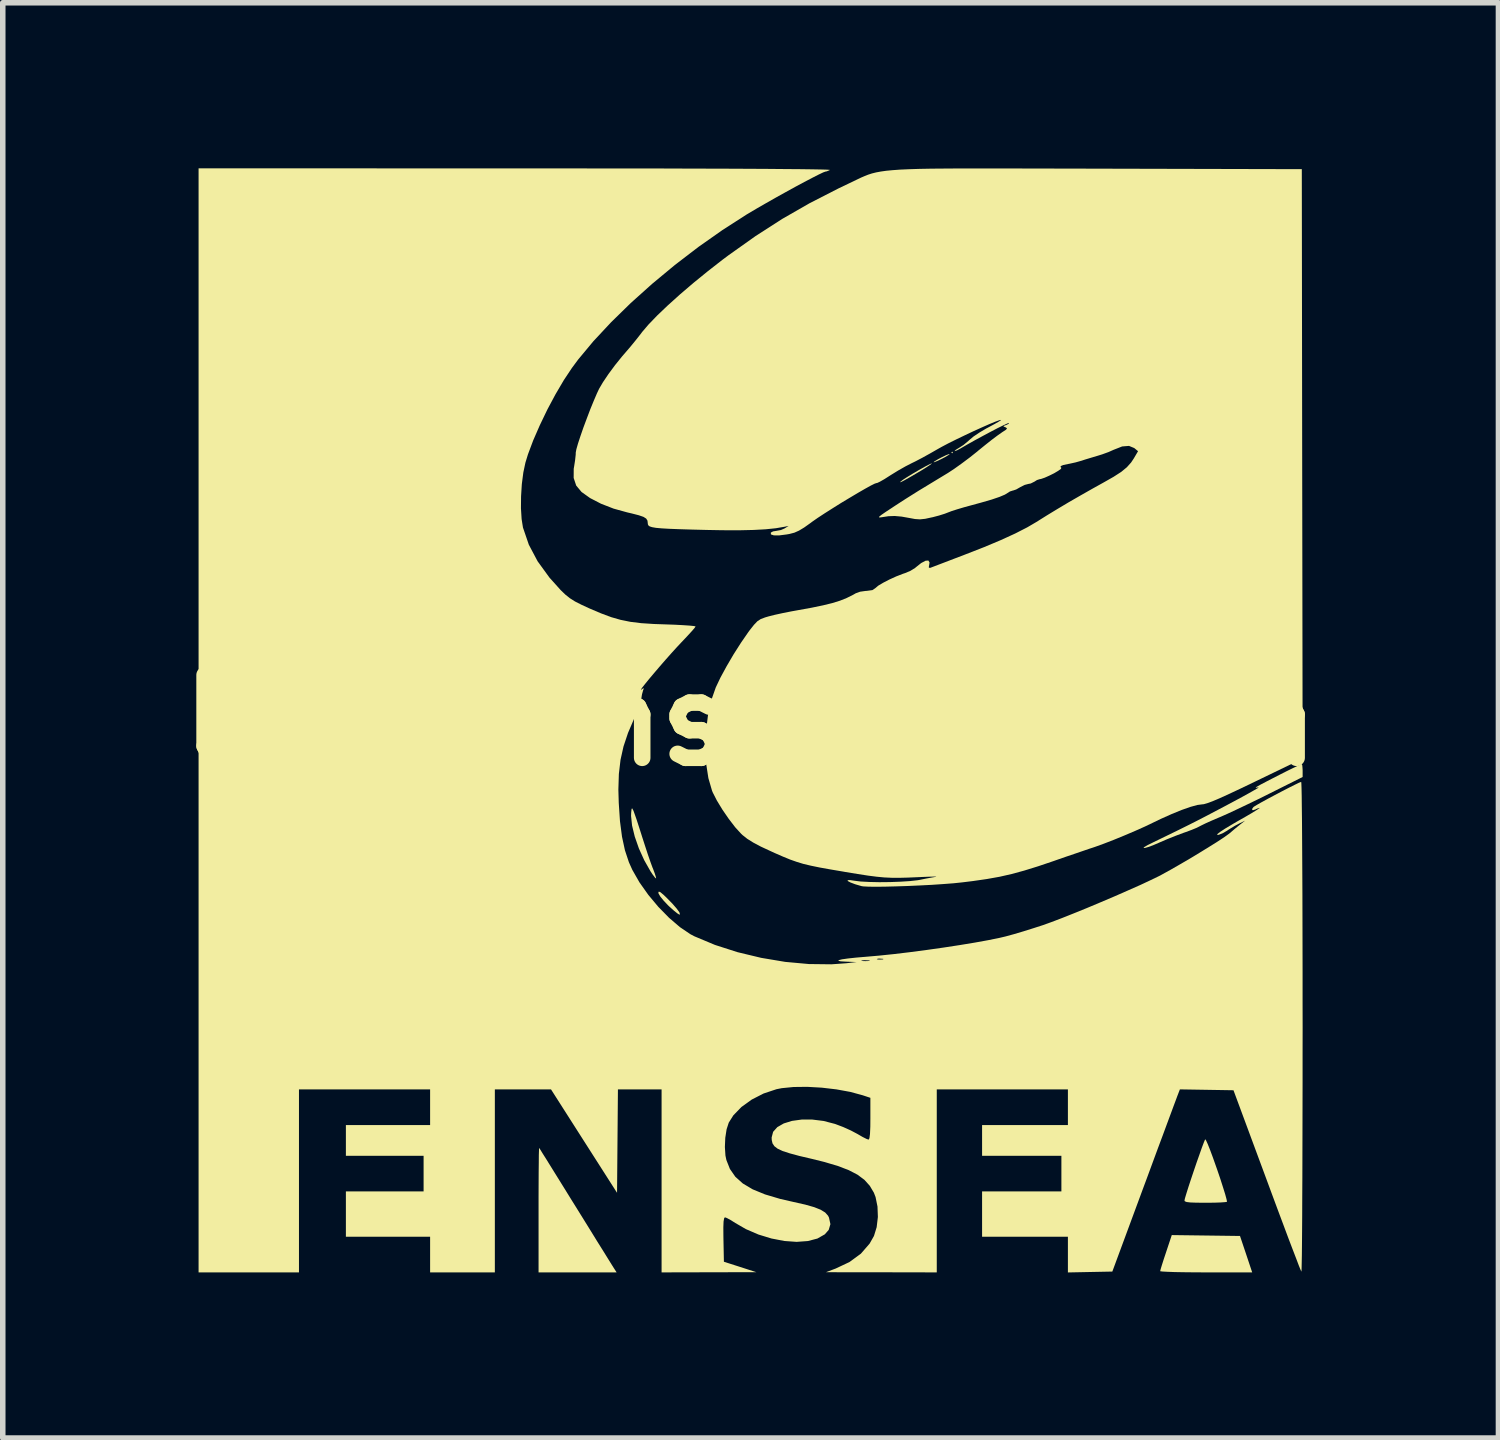
<source format=kicad_pcb>
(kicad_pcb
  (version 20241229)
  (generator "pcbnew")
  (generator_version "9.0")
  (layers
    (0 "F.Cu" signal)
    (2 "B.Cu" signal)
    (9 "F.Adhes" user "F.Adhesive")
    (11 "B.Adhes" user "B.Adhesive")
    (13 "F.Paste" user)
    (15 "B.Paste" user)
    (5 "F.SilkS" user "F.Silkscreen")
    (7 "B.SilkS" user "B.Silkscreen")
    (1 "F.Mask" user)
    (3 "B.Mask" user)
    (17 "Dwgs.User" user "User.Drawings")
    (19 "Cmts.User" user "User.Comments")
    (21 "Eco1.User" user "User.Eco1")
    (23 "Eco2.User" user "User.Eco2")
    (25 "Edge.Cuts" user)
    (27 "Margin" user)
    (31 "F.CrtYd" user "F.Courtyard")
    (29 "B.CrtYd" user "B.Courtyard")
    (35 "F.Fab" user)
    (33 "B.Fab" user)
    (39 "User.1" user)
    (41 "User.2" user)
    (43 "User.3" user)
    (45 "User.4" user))
  (footprint "logo_ensea_20mm"
    (layer "F.Cu")
    (at 10.55 10.002)
    (property "Reference" "logo_ensea_20mm" (at 0 0 0) (layer "F.SilkS") (effects (font (size 1.5 1.5) (thickness 0.3))))
    (attr board_only exclude_from_pos_files exclude_from_bom)
    (fp_poly (pts (xy 3.666 -4.854) (xy 3.652 -4.839) (xy 3.637 -4.854) (xy 3.652 -4.869)) (stroke (width 0) (type solid)) (fill yes) (layer "F.SilkS"))
    (fp_poly (pts (xy 3.584 -4.806) (xy 3.522 -4.769) (xy 3.461 -4.737) (xy 3.382 -4.699) (xy 3.328 -4.678) (xy 3.314 -4.677) (xy 3.338 -4.697) (xy 3.4 -4.734) (xy 3.461 -4.766) (xy 3.54 -4.804) (xy 3.594 -4.825) (xy 3.608 -4.826)) (stroke (width 0) (type solid)) (fill yes) (layer "F.SilkS"))
    (fp_poly (pts (xy -1.632 3.115) (xy -1.572 3.166) (xy -1.523 3.213) (xy -1.418 3.32) (xy -1.339 3.411) (xy -1.291 3.477) (xy -1.28 3.514) (xy -1.29 3.52) (xy -1.324 3.5) (xy -1.388 3.449) (xy -1.47 3.376) (xy -1.497 3.35) (xy -1.578 3.264) (xy -1.639 3.188) (xy -1.67 3.133) (xy -1.672 3.123) (xy -1.663 3.102)) (stroke (width 0) (type solid)) (fill yes) (layer "F.SilkS"))
    (fp_poly (pts (xy 8.249 9.334) (xy 8.867 9.342) (xy 8.978 9.672) (xy 9.088 10.002) (xy 8.254 10.002) (xy 8.04 10.001) (xy 7.846 9.999) (xy 7.68 9.996) (xy 7.549 9.991) (xy 7.46 9.986) (xy 7.422 9.981) (xy 7.421 9.98) (xy 7.429 9.945) (xy 7.453 9.866) (xy 7.488 9.756) (xy 7.526 9.642) (xy 7.631 9.326)) (stroke (width 0) (type solid)) (fill yes) (layer "F.SilkS"))
    (fp_poly (pts (xy 3.261 -4.635) (xy 3.199 -4.594) (xy 3.111 -4.538) (xy 3.008 -4.477) (xy 2.904 -4.416) (xy 2.811 -4.363) (xy 2.742 -4.326) (xy 2.708 -4.312) (xy 2.708 -4.312) (xy 2.717 -4.326) (xy 2.764 -4.362) (xy 2.818 -4.397) (xy 2.932 -4.467) (xy 3.045 -4.533) (xy 3.148 -4.591) (xy 3.228 -4.633) (xy 3.276 -4.655) (xy 3.285 -4.655)) (stroke (width 0) (type solid)) (fill yes) (layer "F.SilkS"))
    (fp_poly (pts (xy -2.128 1.627) (xy -2.121 1.642) (xy -2.101 1.697) (xy -2.067 1.794) (xy -2.025 1.923) (xy -1.978 2.07) (xy -1.965 2.112) (xy -1.913 2.273) (xy -1.861 2.432) (xy -1.813 2.57) (xy -1.776 2.671) (xy -1.771 2.681) (xy -1.737 2.772) (xy -1.716 2.839) (xy -1.712 2.866) (xy -1.732 2.849) (xy -1.773 2.796) (xy -1.813 2.736) (xy -1.927 2.535) (xy -2.024 2.321) (xy -2.099 2.106) (xy -2.148 1.905) (xy -2.166 1.731) (xy -2.164 1.674) (xy -2.157 1.607) (xy -2.147 1.593)) (stroke (width 0) (type solid)) (fill yes) (layer "F.SilkS"))
    (fp_poly (pts (xy -3.814 7.772) (xy -3.77 7.844) (xy -3.7 7.955) (xy -3.61 8.1) (xy -3.502 8.274) (xy -3.379 8.472) (xy -3.245 8.689) (xy -3.167 8.814) (xy -3.026 9.041) (xy -2.894 9.254) (xy -2.774 9.449) (xy -2.668 9.618) (xy -2.582 9.757) (xy -2.518 9.86) (xy -2.479 9.922) (xy -2.47 9.936) (xy -2.428 10.002) (xy -3.135 10.002) (xy -3.842 10.002) (xy -3.842 8.868) (xy -3.842 8.617) (xy -3.841 8.386) (xy -3.84 8.181) (xy -3.838 8.008) (xy -3.837 7.874) (xy -3.834 7.785) (xy -3.832 7.747) (xy -3.832 7.746)) (stroke (width 0) (type solid)) (fill yes) (layer "F.SilkS"))
    (fp_poly (pts (xy 8.252 7.61) (xy 8.283 7.678) (xy 8.326 7.786) (xy 8.378 7.926) (xy 8.436 8.09) (xy 8.453 8.138) (xy 8.511 8.309) (xy 8.56 8.462) (xy 8.599 8.587) (xy 8.623 8.676) (xy 8.632 8.72) (xy 8.631 8.723) (xy 8.596 8.729) (xy 8.515 8.735) (xy 8.398 8.739) (xy 8.258 8.74) (xy 8.237 8.74) (xy 8.077 8.739) (xy 7.968 8.735) (xy 7.901 8.727) (xy 7.868 8.714) (xy 7.861 8.699) (xy 7.87 8.659) (xy 7.895 8.575) (xy 7.932 8.457) (xy 7.978 8.317) (xy 8.029 8.165) (xy 8.081 8.012) (xy 8.132 7.868) (xy 8.176 7.743) (xy 8.211 7.65) (xy 8.233 7.597) (xy 8.237 7.59)) (stroke (width 0) (type solid)) (fill yes) (layer "F.SilkS"))
    (fp_poly (pts (xy 9.996 0.818) (xy 10.001 0.883) (xy 10.002 0.909) (xy 10.002 1.026) (xy 9.388 1.333) (xy 9.193 1.43) (xy 8.996 1.525) (xy 8.809 1.614) (xy 8.646 1.69) (xy 8.518 1.747) (xy 8.486 1.76) (xy 8.36 1.814) (xy 8.25 1.863) (xy 8.17 1.902) (xy 8.139 1.918) (xy 8.084 1.946) (xy 7.992 1.984) (xy 7.879 2.026) (xy 7.852 2.035) (xy 7.705 2.09) (xy 7.542 2.155) (xy 7.401 2.216) (xy 7.292 2.263) (xy 7.204 2.295) (xy 7.144 2.312) (xy 7.118 2.312) (xy 7.133 2.295) (xy 7.194 2.26) (xy 7.23 2.242) (xy 7.307 2.204) (xy 7.424 2.147) (xy 7.568 2.077) (xy 7.726 2) (xy 7.817 1.955) (xy 7.946 1.891) (xy 8.096 1.815) (xy 8.259 1.731) (xy 8.428 1.642) (xy 8.597 1.553) (xy 8.758 1.467) (xy 8.905 1.388) (xy 9.03 1.319) (xy 9.127 1.264) (xy 9.189 1.228) (xy 9.208 1.213) (xy 9.202 1.214) (xy 9.16 1.221) (xy 9.151 1.216) (xy 9.176 1.2) (xy 9.242 1.163) (xy 9.339 1.112) (xy 9.457 1.051) (xy 9.584 0.986) (xy 9.71 0.922) (xy 9.824 0.866) (xy 9.915 0.822) (xy 9.973 0.796) (xy 9.987 0.792)) (stroke (width 0) (type solid)) (fill yes) (layer "F.SilkS"))
    (fp_poly (pts (xy 4.506 -10) (xy 4.922 -9.999) (xy 5.388 -9.998) (xy 5.907 -9.997) (xy 6.291 -9.996) (xy 9.987 -9.987) (xy 9.994 -4.647) (xy 10.002 0.693) (xy 9.141 1.109) (xy 8.881 1.234) (xy 8.668 1.334) (xy 8.499 1.411) (xy 8.369 1.466) (xy 8.274 1.501) (xy 8.21 1.519) (xy 8.181 1.522) (xy 8.095 1.533) (xy 7.968 1.568) (xy 7.809 1.624) (xy 7.628 1.698) (xy 7.433 1.785) (xy 7.288 1.855) (xy 7.144 1.924) (xy 6.967 2.003) (xy 6.772 2.086) (xy 6.577 2.166) (xy 6.396 2.236) (xy 6.247 2.29) (xy 6.203 2.305) (xy 6.141 2.325) (xy 6.033 2.362) (xy 5.89 2.411) (xy 5.722 2.468) (xy 5.541 2.531) (xy 5.493 2.548) (xy 5.206 2.645) (xy 4.957 2.722) (xy 4.73 2.784) (xy 4.51 2.834) (xy 4.28 2.875) (xy 4.024 2.912) (xy 3.828 2.936) (xy 3.674 2.952) (xy 3.49 2.966) (xy 3.285 2.98) (xy 3.068 2.991) (xy 2.848 3.001) (xy 2.635 3.008) (xy 2.439 3.013) (xy 2.267 3.015) (xy 2.131 3.013) (xy 2.038 3.008) (xy 2.009 3.003) (xy 1.893 2.969) (xy 1.809 2.937) (xy 1.762 2.912) (xy 1.757 2.896) (xy 1.799 2.894) (xy 1.884 2.906) (xy 1.996 2.92) (xy 2.151 2.928) (xy 2.333 2.932) (xy 2.527 2.93) (xy 2.717 2.923) (xy 2.887 2.912) (xy 3.023 2.897) (xy 3.059 2.891) (xy 3.177 2.867) (xy 3.285 2.847) (xy 3.358 2.835) (xy 3.358 2.835) (xy 3.363 2.831) (xy 3.317 2.831) (xy 3.227 2.833) (xy 3.102 2.838) (xy 3.036 2.841) (xy 2.847 2.849) (xy 2.691 2.853) (xy 2.553 2.852) (xy 2.422 2.846) (xy 2.285 2.833) (xy 2.128 2.813) (xy 1.941 2.784) (xy 1.709 2.746) (xy 1.689 2.742) (xy 1.447 2.701) (xy 1.252 2.666) (xy 1.092 2.633) (xy 0.957 2.601) (xy 0.836 2.564) (xy 0.716 2.522) (xy 0.587 2.469) (xy 0.438 2.404) (xy 0.368 2.372) (xy 0.185 2.287) (xy 0.046 2.213) (xy -0.061 2.146) (xy -0.148 2.077) (xy -0.173 2.053) (xy -0.279 1.937) (xy -0.395 1.786) (xy -0.51 1.619) (xy -0.611 1.453) (xy -0.686 1.306) (xy -0.699 1.274) (xy -0.765 1.047) (xy -0.806 0.782) (xy -0.82 0.494) (xy -0.808 0.197) (xy -0.772 -0.096) (xy -0.711 -0.369) (xy -0.631 -0.597) (xy -0.547 -0.774) (xy -0.435 -0.98) (xy -0.308 -1.197) (xy -0.174 -1.407) (xy -0.045 -1.594) (xy -0.015 -1.635) (xy 0.062 -1.732) (xy 0.122 -1.795) (xy 0.183 -1.835) (xy 0.262 -1.865) (xy 0.323 -1.883) (xy 0.433 -1.911) (xy 0.579 -1.943) (xy 0.74 -1.975) (xy 0.851 -1.995) (xy 1.105 -2.041) (xy 1.312 -2.084) (xy 1.48 -2.125) (xy 1.621 -2.169) (xy 1.743 -2.218) (xy 1.857 -2.275) (xy 1.906 -2.303) (xy 1.984 -2.331) (xy 2.082 -2.345) (xy 2.103 -2.346) (xy 2.207 -2.36) (xy 2.264 -2.399) (xy 2.312 -2.44) (xy 2.401 -2.493) (xy 2.515 -2.552) (xy 2.64 -2.609) (xy 2.761 -2.656) (xy 2.801 -2.669) (xy 2.897 -2.71) (xy 2.981 -2.762) (xy 2.992 -2.772) (xy 3.09 -2.85) (xy 3.169 -2.892) (xy 3.221 -2.896) (xy 3.242 -2.861) (xy 3.237 -2.826) (xy 3.228 -2.772) (xy 3.247 -2.761) (xy 3.273 -2.77) (xy 3.317 -2.787) (xy 3.406 -2.821) (xy 3.532 -2.869) (xy 3.683 -2.927) (xy 3.852 -2.991) (xy 3.872 -2.999) (xy 4.228 -3.138) (xy 4.533 -3.266) (xy 4.793 -3.385) (xy 5.012 -3.497) (xy 5.198 -3.606) (xy 5.225 -3.624) (xy 5.372 -3.716) (xy 5.556 -3.828) (xy 5.764 -3.952) (xy 5.983 -4.078) (xy 6.198 -4.2) (xy 6.394 -4.309) (xy 6.577 -4.413) (xy 6.715 -4.502) (xy 6.817 -4.586) (xy 6.894 -4.672) (xy 6.943 -4.746) (xy 7.02 -4.877) (xy 6.951 -4.934) (xy 6.856 -4.973) (xy 6.732 -4.963) (xy 6.579 -4.903) (xy 6.57 -4.899) (xy 6.484 -4.861) (xy 6.371 -4.82) (xy 6.291 -4.795) (xy 6.174 -4.76) (xy 6.058 -4.725) (xy 5.998 -4.705) (xy 5.888 -4.674) (xy 5.775 -4.649) (xy 5.763 -4.647) (xy 5.663 -4.626) (xy 5.617 -4.606) (xy 5.619 -4.585) (xy 5.631 -4.576) (xy 5.622 -4.556) (xy 5.573 -4.521) (xy 5.499 -4.477) (xy 5.412 -4.434) (xy 5.329 -4.397) (xy 5.262 -4.374) (xy 5.238 -4.37) (xy 5.188 -4.354) (xy 5.146 -4.327) (xy 5.076 -4.292) (xy 5.03 -4.283) (xy 4.966 -4.266) (xy 4.89 -4.228) (xy 4.883 -4.224) (xy 4.813 -4.184) (xy 4.758 -4.165) (xy 4.754 -4.165) (xy 4.698 -4.147) (xy 4.666 -4.126) (xy 4.607 -4.09) (xy 4.51 -4.049) (xy 4.369 -4.001) (xy 4.179 -3.946) (xy 4.014 -3.901) (xy 3.871 -3.862) (xy 3.743 -3.824) (xy 3.643 -3.792) (xy 3.588 -3.771) (xy 3.518 -3.744) (xy 3.413 -3.711) (xy 3.295 -3.68) (xy 3.288 -3.679) (xy 3.164 -3.652) (xy 3.069 -3.642) (xy 2.978 -3.648) (xy 2.892 -3.664) (xy 2.735 -3.692) (xy 2.611 -3.703) (xy 2.498 -3.699) (xy 2.405 -3.685) (xy 2.353 -3.677) (xy 2.326 -3.678) (xy 2.331 -3.692) (xy 2.371 -3.724) (xy 2.451 -3.779) (xy 2.576 -3.861) (xy 2.581 -3.865) (xy 2.698 -3.941) (xy 2.808 -4.012) (xy 2.921 -4.083) (xy 3.045 -4.161) (xy 3.192 -4.25) (xy 3.37 -4.358) (xy 3.578 -4.484) (xy 3.686 -4.555) (xy 3.822 -4.652) (xy 3.969 -4.762) (xy 4.11 -4.874) (xy 4.121 -4.884) (xy 4.248 -4.987) (xy 4.369 -5.083) (xy 4.473 -5.161) (xy 4.547 -5.213) (xy 4.558 -5.221) (xy 4.625 -5.264) (xy 4.646 -5.289) (xy 4.627 -5.306) (xy 4.617 -5.31) (xy 4.581 -5.326) (xy 4.596 -5.34) (xy 4.629 -5.351) (xy 4.675 -5.373) (xy 4.682 -5.388) (xy 4.653 -5.38) (xy 4.582 -5.347) (xy 4.478 -5.296) (xy 4.351 -5.23) (xy 4.211 -5.155) (xy 4.065 -5.076) (xy 3.924 -4.997) (xy 3.806 -4.928) (xy 3.739 -4.892) (xy 3.7 -4.878) (xy 3.696 -4.88) (xy 3.719 -4.903) (xy 3.776 -4.938) (xy 3.783 -4.942) (xy 3.86 -4.992) (xy 3.944 -5.062) (xy 3.969 -5.085) (xy 4.04 -5.144) (xy 4.146 -5.215) (xy 4.267 -5.287) (xy 4.307 -5.308) (xy 4.411 -5.364) (xy 4.49 -5.409) (xy 4.534 -5.437) (xy 4.538 -5.444) (xy 4.506 -5.438) (xy 4.431 -5.411) (xy 4.322 -5.366) (xy 4.188 -5.307) (xy 4.038 -5.239) (xy 3.881 -5.165) (xy 3.727 -5.091) (xy 3.584 -5.02) (xy 3.463 -4.956) (xy 3.388 -4.914) (xy 3.25 -4.835) (xy 3.109 -4.757) (xy 2.985 -4.692) (xy 2.919 -4.66) (xy 2.808 -4.603) (xy 2.674 -4.527) (xy 2.544 -4.447) (xy 2.522 -4.433) (xy 2.423 -4.37) (xy 2.342 -4.324) (xy 2.293 -4.301) (xy 2.283 -4.3) (xy 2.251 -4.29) (xy 2.178 -4.254) (xy 2.072 -4.195) (xy 1.942 -4.12) (xy 1.796 -4.033) (xy 1.641 -3.94) (xy 1.488 -3.844) (xy 1.343 -3.752) (xy 1.215 -3.668) (xy 1.113 -3.597) (xy 1.091 -3.58) (xy 0.97 -3.494) (xy 0.877 -3.438) (xy 0.794 -3.401) (xy 0.702 -3.377) (xy 0.65 -3.368) (xy 0.516 -3.351) (xy 0.42 -3.352) (xy 0.368 -3.369) (xy 0.366 -3.402) (xy 0.407 -3.424) (xy 0.464 -3.433) (xy 0.55 -3.449) (xy 0.616 -3.478) (xy 0.689 -3.523) (xy 0.615 -3.508) (xy 0.457 -3.481) (xy 0.272 -3.462) (xy 0.052 -3.45) (xy -0.208 -3.444) (xy -0.515 -3.445) (xy -0.792 -3.45) (xy -1.071 -3.457) (xy -1.298 -3.464) (xy -1.477 -3.471) (xy -1.614 -3.479) (xy -1.714 -3.488) (xy -1.783 -3.5) (xy -1.828 -3.514) (xy -1.852 -3.532) (xy -1.862 -3.555) (xy -1.863 -3.571) (xy -1.869 -3.619) (xy -1.892 -3.656) (xy -1.941 -3.687) (xy -2.025 -3.716) (xy -2.153 -3.749) (xy -2.235 -3.768) (xy -2.481 -3.836) (xy -2.71 -3.925) (xy -2.909 -4.028) (xy -3.063 -4.138) (xy -3.16 -4.254) (xy -3.206 -4.392) (xy -3.205 -4.558) (xy -3.197 -4.605) (xy -3.18 -4.714) (xy -3.169 -4.815) (xy -3.168 -4.854) (xy -3.157 -4.912) (xy -3.128 -5.014) (xy -3.084 -5.148) (xy -3.03 -5.304) (xy -2.968 -5.47) (xy -2.905 -5.636) (xy -2.842 -5.79) (xy -2.785 -5.923) (xy -2.745 -6.008) (xy -2.675 -6.127) (xy -2.576 -6.274) (xy -2.457 -6.435) (xy -2.329 -6.594) (xy -2.246 -6.69) (xy -2.17 -6.779) (xy -2.077 -6.893) (xy -1.984 -7.011) (xy -1.966 -7.036) (xy -1.85 -7.172) (xy -1.693 -7.335) (xy -1.5 -7.519) (xy -1.279 -7.718) (xy -1.037 -7.925) (xy -0.779 -8.135) (xy -0.514 -8.342) (xy -0.399 -8.428) (xy 0.09 -8.775) (xy 0.572 -9.085) (xy 1.067 -9.369) (xy 1.594 -9.639) (xy 1.774 -9.725) (xy 1.858 -9.765) (xy 1.932 -9.801) (xy 1.999 -9.833) (xy 2.064 -9.861) (xy 2.129 -9.887) (xy 2.197 -9.909) (xy 2.273 -9.928) (xy 2.359 -9.944) (xy 2.458 -9.958) (xy 2.574 -9.969) (xy 2.711 -9.979) (xy 2.87 -9.986) (xy 3.057 -9.992) (xy 3.273 -9.996) (xy 3.523 -9.998) (xy 3.81 -10) (xy 4.136 -10)) (stroke (width 0) (type solid)) (fill yes) (layer "F.SilkS"))
    (fp_poly (pts (xy -4.26 -10.001) (xy -3.512 -10.001) (xy -2.814 -10) (xy -2.167 -10) (xy -1.57 -9.999) (xy -1.026 -9.997) (xy -0.534 -9.996) (xy -0.095 -9.994) (xy 0.29 -9.992) (xy 0.621 -9.989) (xy 0.896 -9.987) (xy 1.116 -9.984) (xy 1.279 -9.981) (xy 1.386 -9.978) (xy 1.434 -9.974) (xy 1.437 -9.972) (xy 1.379 -9.947) (xy 1.356 -9.943) (xy 1.317 -9.929) (xy 1.235 -9.89) (xy 1.117 -9.83) (xy 0.972 -9.754) (xy 0.808 -9.666) (xy 0.632 -9.569) (xy 0.452 -9.469) (xy 0.276 -9.369) (xy 0.111 -9.274) (xy -0.034 -9.188) (xy -0.073 -9.165) (xy -0.51 -8.884) (xy -0.945 -8.578) (xy -1.372 -8.251) (xy -1.783 -7.91) (xy -2.171 -7.562) (xy -2.528 -7.213) (xy -2.849 -6.869) (xy -3.125 -6.537) (xy -3.237 -6.386) (xy -3.384 -6.165) (xy -3.535 -5.908) (xy -3.683 -5.631) (xy -3.819 -5.348) (xy -3.939 -5.073) (xy -4.034 -4.82) (xy -4.08 -4.67) (xy -4.118 -4.491) (xy -4.145 -4.282) (xy -4.159 -4.06) (xy -4.161 -3.842) (xy -4.149 -3.647) (xy -4.124 -3.49) (xy -4.123 -3.489) (xy -4.018 -3.182) (xy -3.859 -2.882) (xy -3.644 -2.586) (xy -3.441 -2.36) (xy -3.357 -2.279) (xy -3.276 -2.214) (xy -3.183 -2.155) (xy -3.063 -2.094) (xy -2.922 -2.029) (xy -2.713 -1.94) (xy -2.529 -1.871) (xy -2.355 -1.821) (xy -2.177 -1.785) (xy -1.981 -1.761) (xy -1.751 -1.746) (xy -1.547 -1.739) (xy -1.375 -1.733) (xy -1.225 -1.725) (xy -1.106 -1.717) (xy -1.027 -1.709) (xy -0.997 -1.702) (xy -0.997 -1.702) (xy -1.016 -1.673) (xy -1.069 -1.612) (xy -1.147 -1.527) (xy -1.243 -1.425) (xy -1.254 -1.414) (xy -1.339 -1.323) (xy -1.437 -1.215) (xy -1.541 -1.098) (xy -1.646 -0.977) (xy -1.746 -0.86) (xy -1.837 -0.752) (xy -1.911 -0.661) (xy -1.964 -0.594) (xy -1.989 -0.556) (xy -1.982 -0.555) (xy -1.979 -0.557) (xy -1.941 -0.585) (xy -1.938 -0.57) (xy -1.948 -0.543) (xy -1.968 -0.471) (xy -1.981 -0.389) (xy -1.997 -0.321) (xy -2.032 -0.218) (xy -2.081 -0.097) (xy -2.108 -0.037) (xy -2.221 0.227) (xy -2.303 0.473) (xy -2.357 0.715) (xy -2.387 0.971) (xy -2.396 1.254) (xy -2.389 1.496) (xy -2.367 1.826) (xy -2.33 2.109) (xy -2.277 2.354) (xy -2.205 2.571) (xy -2.143 2.709) (xy -2.014 2.935) (xy -1.854 3.161) (xy -1.672 3.379) (xy -1.478 3.577) (xy -1.281 3.746) (xy -1.092 3.874) (xy -1.02 3.912) (xy -0.645 4.069) (xy -0.237 4.2) (xy 0.192 4.303) (xy 0.627 4.376) (xy 1.055 4.415) (xy 1.463 4.42) (xy 1.73 4.401) (xy 1.921 4.379) (xy 1.73 4.372) (xy 1.632 4.366) (xy 1.592 4.357) (xy 2.003 4.357) (xy 2.039 4.361) (xy 2.082 4.362) (xy 2.146 4.36) (xy 2.163 4.354) (xy 2.148 4.35) (xy 2.063 4.345) (xy 2.016 4.35) (xy 2.003 4.357) (xy 1.592 4.357) (xy 1.589 4.356) (xy 1.599 4.344) (xy 1.659 4.329) (xy 1.661 4.329) (xy 2.286 4.329) (xy 2.327 4.334) (xy 2.346 4.334) (xy 2.4 4.331) (xy 2.406 4.323) (xy 2.398 4.321) (xy 2.323 4.316) (xy 2.295 4.321) (xy 2.286 4.329) (xy 1.661 4.329) (xy 1.766 4.314) (xy 1.916 4.298) (xy 2.082 4.284) (xy 2.323 4.263) (xy 2.594 4.235) (xy 2.887 4.2) (xy 3.19 4.16) (xy 3.493 4.117) (xy 3.787 4.072) (xy 4.06 4.027) (xy 4.303 3.983) (xy 4.505 3.942) (xy 4.62 3.915) (xy 4.766 3.875) (xy 4.945 3.822) (xy 5.133 3.763) (xy 5.294 3.711) (xy 5.447 3.656) (xy 5.639 3.583) (xy 5.86 3.495) (xy 6.101 3.397) (xy 6.351 3.292) (xy 6.6 3.186) (xy 6.839 3.081) (xy 7.058 2.984) (xy 7.246 2.896) (xy 7.395 2.824) (xy 7.448 2.796) (xy 7.606 2.709) (xy 7.78 2.609) (xy 7.962 2.503) (xy 8.142 2.394) (xy 8.311 2.29) (xy 8.461 2.196) (xy 8.581 2.117) (xy 8.663 2.058) (xy 8.684 2.042) (xy 8.769 1.969) (xy 8.854 1.9) (xy 8.874 1.884) (xy 8.96 1.817) (xy 8.858 1.866) (xy 8.77 1.913) (xy 8.668 1.975) (xy 8.63 2.001) (xy 8.548 2.048) (xy 8.479 2.074) (xy 8.454 2.076) (xy 8.459 2.059) (xy 8.511 2.018) (xy 8.606 1.956) (xy 8.737 1.878) (xy 8.828 1.825) (xy 8.967 1.746) (xy 9.083 1.678) (xy 9.169 1.625) (xy 9.218 1.593) (xy 9.224 1.585) (xy 9.176 1.599) (xy 9.152 1.612) (xy 9.1 1.629) (xy 9.083 1.61) (xy 9.111 1.571) (xy 9.12 1.564) (xy 9.172 1.532) (xy 9.26 1.482) (xy 9.373 1.42) (xy 9.501 1.352) (xy 9.632 1.283) (xy 9.756 1.219) (xy 9.862 1.166) (xy 9.938 1.129) (xy 9.975 1.115) (xy 9.976 1.115) (xy 9.979 1.143) (xy 9.982 1.228) (xy 9.985 1.366) (xy 9.987 1.555) (xy 9.99 1.791) (xy 9.992 2.072) (xy 9.994 2.396) (xy 9.996 2.759) (xy 9.998 3.159) (xy 9.999 3.593) (xy 10 4.059) (xy 10.001 4.553) (xy 10.001 5.073) (xy 10.002 5.563) (xy 10.001 6.068) (xy 10.001 6.557) (xy 10 7.027) (xy 9.999 7.473) (xy 9.998 7.894) (xy 9.997 8.285) (xy 9.995 8.644) (xy 9.994 8.968) (xy 9.992 9.253) (xy 9.99 9.496) (xy 9.988 9.694) (xy 9.985 9.844) (xy 9.983 9.943) (xy 9.98 9.987) (xy 9.98 9.989) (xy 9.966 9.959) (xy 9.933 9.878) (xy 9.885 9.751) (xy 9.821 9.585) (xy 9.744 9.383) (xy 9.657 9.15) (xy 9.56 8.891) (xy 9.456 8.611) (xy 9.354 8.335) (xy 8.749 6.702) (xy 8.264 6.694) (xy 7.778 6.686) (xy 7.728 6.816) (xy 7.709 6.868) (xy 7.671 6.969) (xy 7.617 7.115) (xy 7.549 7.298) (xy 7.469 7.515) (xy 7.378 7.758) (xy 7.28 8.024) (xy 7.176 8.306) (xy 7.116 8.467) (xy 6.554 9.987) (xy 6.151 9.995) (xy 5.749 10.003) (xy 5.749 9.68) (xy 5.749 9.356) (xy 4.971 9.356) (xy 4.194 9.356) (xy 4.194 8.946) (xy 4.194 8.535) (xy 4.913 8.535) (xy 5.631 8.535) (xy 5.631 8.212) (xy 5.631 7.89) (xy 4.913 7.89) (xy 4.194 7.89) (xy 4.194 7.611) (xy 4.194 7.333) (xy 4.971 7.333) (xy 5.749 7.333) (xy 5.749 7.01) (xy 5.749 6.687) (xy 4.561 6.687) (xy 3.373 6.687) (xy 3.373 8.344) (xy 3.373 10.002) (xy 2.368 10) (xy 1.364 9.999) (xy 1.542 9.932) (xy 1.792 9.814) (xy 1.998 9.663) (xy 2.156 9.481) (xy 2.235 9.342) (xy 2.284 9.183) (xy 2.306 8.998) (xy 2.299 8.809) (xy 2.264 8.637) (xy 2.233 8.557) (xy 2.159 8.433) (xy 2.062 8.325) (xy 1.937 8.232) (xy 1.777 8.149) (xy 1.576 8.072) (xy 1.327 7.999) (xy 1.109 7.945) (xy 0.883 7.892) (xy 0.709 7.845) (xy 0.58 7.803) (xy 0.49 7.761) (xy 0.431 7.716) (xy 0.397 7.665) (xy 0.383 7.604) (xy 0.381 7.558) (xy 0.408 7.455) (xy 0.484 7.37) (xy 0.601 7.303) (xy 0.75 7.257) (xy 0.925 7.233) (xy 1.118 7.233) (xy 1.321 7.258) (xy 1.525 7.311) (xy 1.54 7.316) (xy 1.677 7.368) (xy 1.817 7.431) (xy 1.932 7.492) (xy 1.939 7.496) (xy 2.029 7.548) (xy 2.101 7.584) (xy 2.138 7.597) (xy 2.153 7.571) (xy 2.163 7.495) (xy 2.169 7.364) (xy 2.17 7.218) (xy 2.17 6.839) (xy 2.031 6.793) (xy 1.807 6.732) (xy 1.555 6.686) (xy 1.29 6.655) (xy 1.026 6.64) (xy 0.779 6.643) (xy 0.565 6.664) (xy 0.469 6.683) (xy 0.235 6.761) (xy 0.02 6.871) (xy -0.166 7.005) (xy -0.313 7.157) (xy -0.396 7.289) (xy -0.435 7.409) (xy -0.459 7.564) (xy -0.466 7.73) (xy -0.456 7.885) (xy -0.439 7.966) (xy -0.375 8.128) (xy -0.277 8.269) (xy -0.141 8.391) (xy 0.037 8.497) (xy 0.261 8.589) (xy 0.537 8.671) (xy 0.777 8.726) (xy 0.99 8.774) (xy 1.152 8.82) (xy 1.27 8.867) (xy 1.351 8.917) (xy 1.403 8.975) (xy 1.42 9.009) (xy 1.446 9.128) (xy 1.415 9.232) (xy 1.345 9.312) (xy 1.21 9.389) (xy 1.037 9.434) (xy 0.834 9.449) (xy 0.612 9.433) (xy 0.378 9.388) (xy 0.142 9.316) (xy -0.085 9.218) (xy -0.277 9.107) (xy -0.363 9.053) (xy -0.432 9.016) (xy -0.466 9.004) (xy -0.48 9.023) (xy -0.49 9.081) (xy -0.494 9.185) (xy -0.493 9.34) (xy -0.492 9.407) (xy -0.484 9.809) (xy -0.191 9.903) (xy 0.103 9.998) (xy -0.755 10) (xy -1.613 10.002) (xy -1.613 8.344) (xy -1.613 6.687) (xy -2.009 6.687) (xy -2.404 6.687) (xy -2.412 7.624) (xy -2.42 8.56) (xy -3.018 7.624) (xy -3.616 6.687) (xy -4.125 6.687) (xy -4.634 6.687) (xy -4.634 8.344) (xy -4.634 10.002) (xy -5.221 10.002) (xy -5.807 10.002) (xy -5.807 9.679) (xy -5.807 9.356) (xy -6.57 9.356) (xy -7.333 9.356) (xy -7.333 8.946) (xy -7.333 8.535) (xy -6.629 8.535) (xy -5.925 8.535) (xy -5.925 8.212) (xy -5.925 7.89) (xy -6.629 7.89) (xy -7.333 7.89) (xy -7.333 7.611) (xy -7.333 7.333) (xy -6.57 7.333) (xy -5.807 7.333) (xy -5.807 7.01) (xy -5.807 6.687) (xy -6.995 6.687) (xy -8.183 6.687) (xy -8.183 8.344) (xy -8.183 10.002) (xy -9.092 10.002) (xy -10.002 10.002) (xy -10.002 0) (xy -10.002 -10.002)) (stroke (width 0) (type solid)) (fill yes) (layer "F.SilkS")))
  (gr_rect
    (start -3 -3)
    (end 24.1 23.005)
    (stroke (width 0.1) (type default))
    (fill no)
    (layer "Edge.Cuts")))
</source>
